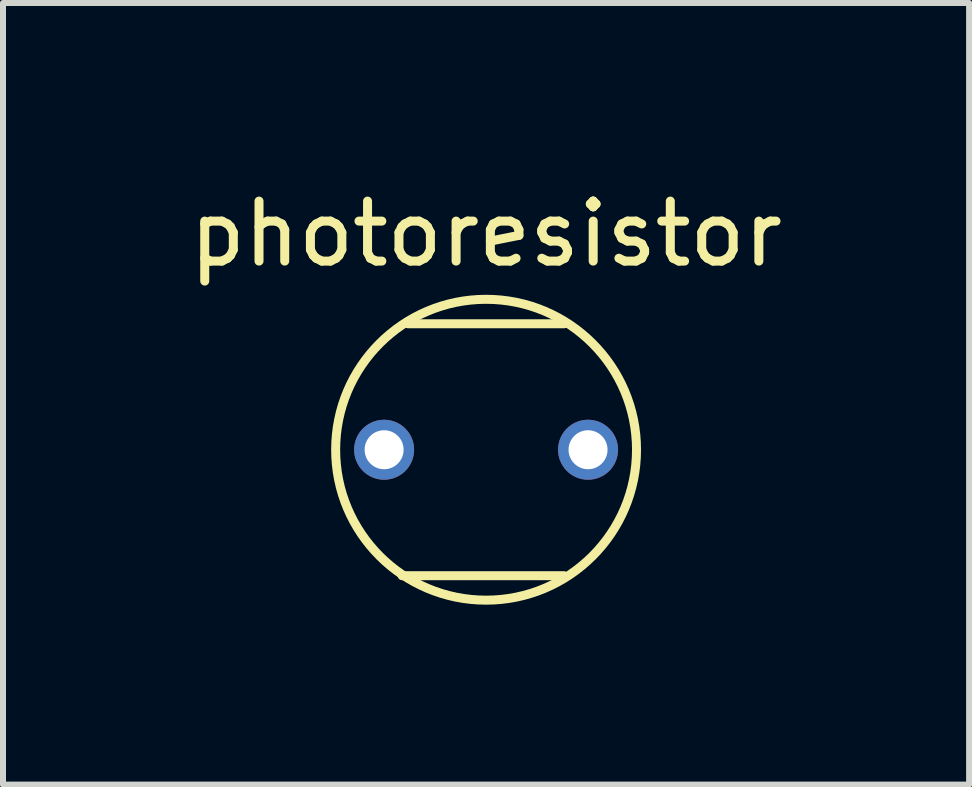
<source format=kicad_pcb>
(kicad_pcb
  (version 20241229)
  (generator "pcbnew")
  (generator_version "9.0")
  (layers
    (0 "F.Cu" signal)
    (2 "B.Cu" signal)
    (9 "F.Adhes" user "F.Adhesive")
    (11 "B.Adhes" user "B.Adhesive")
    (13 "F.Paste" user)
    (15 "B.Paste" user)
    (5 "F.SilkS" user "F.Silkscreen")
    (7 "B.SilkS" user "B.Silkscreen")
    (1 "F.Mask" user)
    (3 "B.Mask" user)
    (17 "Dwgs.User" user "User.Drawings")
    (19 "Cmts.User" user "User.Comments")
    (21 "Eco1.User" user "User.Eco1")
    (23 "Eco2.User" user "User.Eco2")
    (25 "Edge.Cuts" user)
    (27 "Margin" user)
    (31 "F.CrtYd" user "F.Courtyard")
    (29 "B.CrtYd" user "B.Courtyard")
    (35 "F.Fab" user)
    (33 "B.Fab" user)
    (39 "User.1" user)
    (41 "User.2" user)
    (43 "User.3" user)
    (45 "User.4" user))
  (footprint "photoresistor"
    (layer "F.Cu")
    (at 5.054 4.448)
    (property "Reference" "photoresistor" (at 0 -3.6 0) (layer "F.SilkS") (effects (font (size 1 1) (thickness 0.15))))
    (attr through_hole)
    (fp_line (start -1.4 2.1) (end 1.3 2.1) (stroke (width 0.15) (type solid)) (layer "F.SilkS"))
    (fp_line (start -1.3 -2.1) (end 1.3 -2.1) (stroke (width 0.15) (type solid)) (layer "F.SilkS"))
    (fp_circle (center 0 0) (end -0.2 -2.5) (stroke (width 0.15) (type solid)) (fill no) (layer "F.SilkS"))
    (pad "1" thru_hole circle (at -1.7 0) (size 1 1) (drill 0.65) (layers "*.Cu" "*.Mask"))
    (pad "2" thru_hole circle (at 1.7 0) (size 1 1) (drill 0.65) (layers "*.Cu" "*.Mask")))
  (gr_rect
    (start -3 -3)
    (end 13.107 10.031)
    (stroke (width 0.1) (type default))
    (fill no)
    (layer "Edge.Cuts")))
</source>
